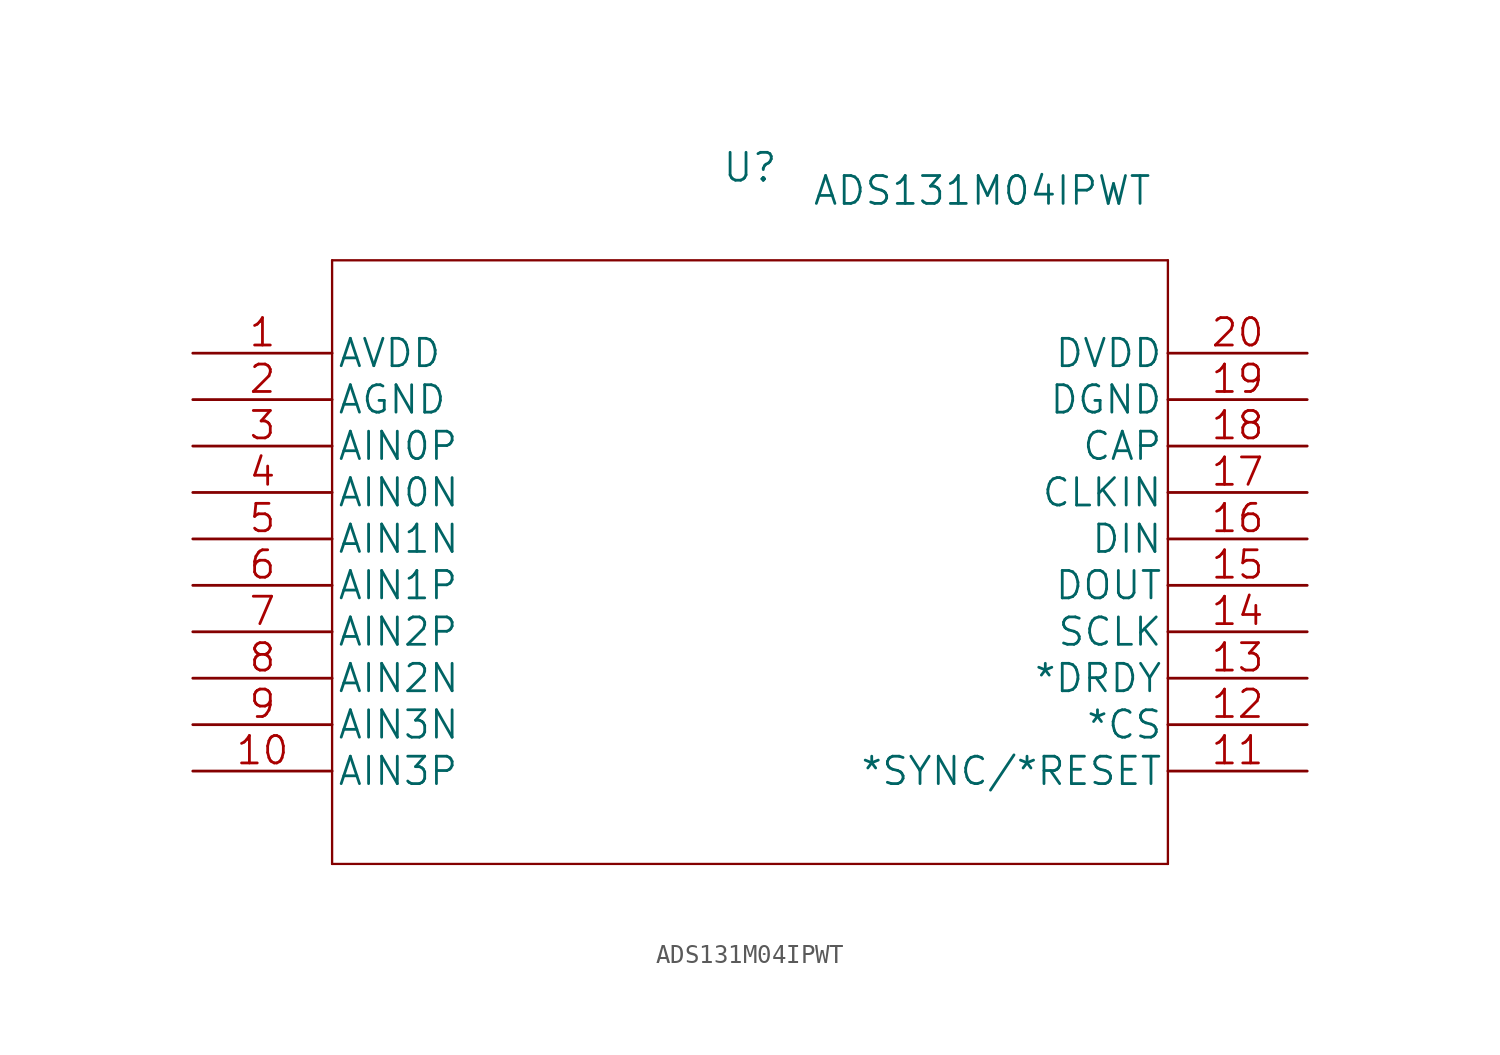
<source format=kicad_sym>
(kicad_symbol_lib
  (version 20211014)
  (generator kicad_symbol_editor)
  (symbol "ADS131M04IPWT"
    (pin_names
      (offset 0.254))
    (property "Reference" "U"
      (at 30.48 10.16 0)
      (effects (font (size 1.524 1.524))))
    (property "Value" "ADS131M04IPWT"
      (at 43.18 8.89 0)
      (effects (font (size 1.524 1.524))))
    (property "Datasheet" ""
      (at 0 0 0)
      (effects (font (size 1.524 1.524))))
    (property "ki_locked" ""
      (at 0 0 0)
      (effects (font (size 1.27 1.27))))
    (symbol "ADS131M04IPWT_1_1"
      (polyline (pts (xy 7.62 -27.94) (xy 53.34 -27.94)) (stroke (width 0.127) (type default) (color 0 0 0 0)) (fill (type none)))
      (polyline (pts (xy 7.62 5.08) (xy 7.62 -27.94)) (stroke (width 0.127) (type default) (color 0 0 0 0)) (fill (type none)))
      (polyline (pts (xy 53.34 -27.94) (xy 53.34 5.08)) (stroke (width 0.127) (type default) (color 0 0 0 0)) (fill (type none)))
      (polyline (pts (xy 53.34 5.08) (xy 7.62 5.08)) (stroke (width 0.127) (type default) (color 0 0 0 0)) (fill (type none)))
      (pin power_in line (at 0 0 0) (length 7.62) (name "AVDD" (effects (font (size 1.499 1.499)))) (number "1" (effects (font (size 1.499 1.499)))))
      (pin input line (at 0 -22.86 0) (length 7.62) (name "AIN3P" (effects (font (size 1.499 1.499)))) (number "10" (effects (font (size 1.499 1.499)))))
      (pin unspecified line (at 60.96 -22.86 180) (length 7.62) (name "*SYNC/*RESET" (effects (font (size 1.499 1.499)))) (number "11" (effects (font (size 1.499 1.499)))))
      (pin unspecified line (at 60.96 -20.32 180) (length 7.62) (name "*CS" (effects (font (size 1.499 1.499)))) (number "12" (effects (font (size 1.499 1.499)))))
      (pin unspecified line (at 60.96 -17.78 180) (length 7.62) (name "*DRDY" (effects (font (size 1.499 1.499)))) (number "13" (effects (font (size 1.499 1.499)))))
      (pin unspecified line (at 60.96 -15.24 180) (length 7.62) (name "SCLK" (effects (font (size 1.499 1.499)))) (number "14" (effects (font (size 1.499 1.499)))))
      (pin output line (at 60.96 -12.7 180) (length 7.62) (name "DOUT" (effects (font (size 1.499 1.499)))) (number "15" (effects (font (size 1.499 1.499)))))
      (pin unspecified line (at 60.96 -10.16 180) (length 7.62) (name "DIN" (effects (font (size 1.499 1.499)))) (number "16" (effects (font (size 1.499 1.499)))))
      (pin unspecified line (at 60.96 -7.62 180) (length 7.62) (name "CLKIN" (effects (font (size 1.499 1.499)))) (number "17" (effects (font (size 1.499 1.499)))))
      (pin unspecified line (at 60.96 -5.08 180) (length 7.62) (name "CAP" (effects (font (size 1.499 1.499)))) (number "18" (effects (font (size 1.499 1.499)))))
      (pin power_in line (at 60.96 -2.54 180) (length 7.62) (name "DGND" (effects (font (size 1.499 1.499)))) (number "19" (effects (font (size 1.499 1.499)))))
      (pin power_in line (at 0 -2.54 0) (length 7.62) (name "AGND" (effects (font (size 1.499 1.499)))) (number "2" (effects (font (size 1.499 1.499)))))
      (pin power_in line (at 60.96 0 180) (length 7.62) (name "DVDD" (effects (font (size 1.499 1.499)))) (number "20" (effects (font (size 1.499 1.499)))))
      (pin bidirectional line (at 0 -5.08 0) (length 7.62) (name "AIN0P" (effects (font (size 1.499 1.499)))) (number "3" (effects (font (size 1.499 1.499)))))
      (pin bidirectional line (at 0 -7.62 0) (length 7.62) (name "AIN0N" (effects (font (size 1.499 1.499)))) (number "4" (effects (font (size 1.499 1.499)))))
      (pin input line (at 0 -10.16 0) (length 7.62) (name "AIN1N" (effects (font (size 1.499 1.499)))) (number "5" (effects (font (size 1.499 1.499)))))
      (pin input line (at 0 -12.7 0) (length 7.62) (name "AIN1P" (effects (font (size 1.499 1.499)))) (number "6" (effects (font (size 1.499 1.499)))))
      (pin input line (at 0 -15.24 0) (length 7.62) (name "AIN2P" (effects (font (size 1.499 1.499)))) (number "7" (effects (font (size 1.499 1.499)))))
      (pin input line (at 0 -17.78 0) (length 7.62) (name "AIN2N" (effects (font (size 1.499 1.499)))) (number "8" (effects (font (size 1.499 1.499)))))
      (pin input line (at 0 -20.32 0) (length 7.62) (name "AIN3N" (effects (font (size 1.499 1.499)))) (number "9" (effects (font (size 1.499 1.499))))))))
</source>
